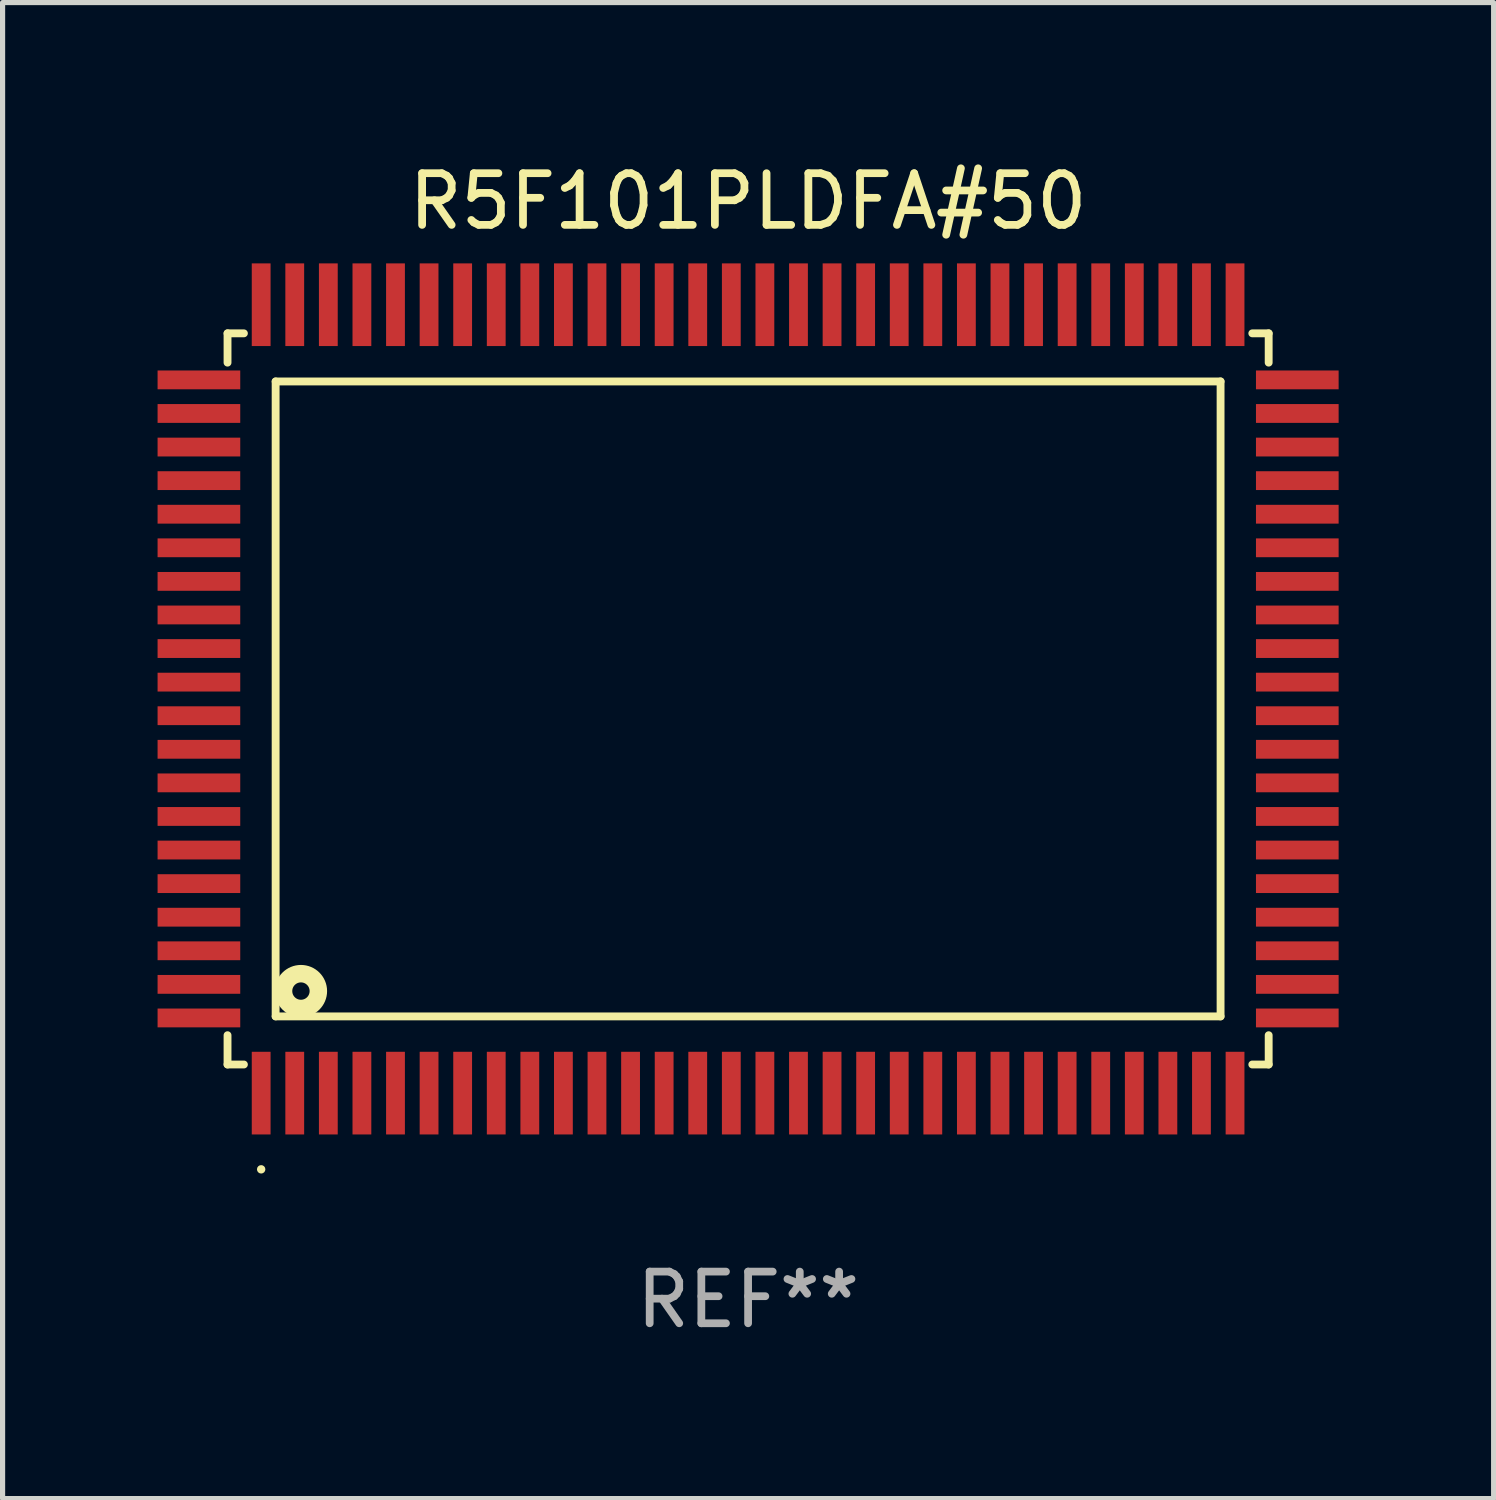
<source format=kicad_pcb>
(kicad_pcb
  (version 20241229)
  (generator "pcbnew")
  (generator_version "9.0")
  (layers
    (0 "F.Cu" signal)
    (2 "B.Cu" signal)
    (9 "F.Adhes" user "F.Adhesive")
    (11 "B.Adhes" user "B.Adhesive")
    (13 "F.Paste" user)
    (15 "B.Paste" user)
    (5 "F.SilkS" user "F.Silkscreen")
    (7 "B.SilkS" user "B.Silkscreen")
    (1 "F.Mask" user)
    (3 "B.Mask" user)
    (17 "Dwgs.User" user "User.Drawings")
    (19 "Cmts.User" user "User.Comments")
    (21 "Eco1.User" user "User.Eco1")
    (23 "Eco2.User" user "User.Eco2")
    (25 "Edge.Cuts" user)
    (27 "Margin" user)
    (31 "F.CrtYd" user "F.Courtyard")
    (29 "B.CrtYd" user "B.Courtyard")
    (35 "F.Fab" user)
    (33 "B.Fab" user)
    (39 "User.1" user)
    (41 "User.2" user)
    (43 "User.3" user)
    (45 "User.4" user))
  (footprint "R5F101PLDFA#50"
    (layer "F.Cu")
    (at 11.43 10.478)
    (property "Reference" "R5F101PLDFA#50" (at 0 -9.63 0) (layer "F.SilkS") (effects (font (size 1 1) (thickness 0.15))))
    (attr through_hole)
    (fp_line (start -10.076 -7.076) (end -10.076 -6.509) (stroke (width 0.152) (type solid)) (layer "F.SilkS"))
    (fp_line (start -10.076 7.076) (end -10.076 6.509) (stroke (width 0.152) (type solid)) (layer "F.SilkS"))
    (fp_line (start -9.759 -7.076) (end -10.076 -7.076) (stroke (width 0.152) (type solid)) (layer "F.SilkS"))
    (fp_line (start -9.759 7.076) (end -10.076 7.076) (stroke (width 0.152) (type solid)) (layer "F.SilkS"))
    (fp_line (start -9.145 -6.145) (end 9.145 -6.145) (stroke (width 0.152) (type solid)) (layer "F.SilkS"))
    (fp_line (start -9.145 6.145) (end -9.145 -6.145) (stroke (width 0.152) (type solid)) (layer "F.SilkS"))
    (fp_line (start 9.145 -6.145) (end 9.145 6.145) (stroke (width 0.152) (type solid)) (layer "F.SilkS"))
    (fp_line (start 9.145 6.145) (end -9.145 6.145) (stroke (width 0.152) (type solid)) (layer "F.SilkS"))
    (fp_line (start 9.759 -7.076) (end 10.076 -7.076) (stroke (width 0.152) (type solid)) (layer "F.SilkS"))
    (fp_line (start 9.759 7.076) (end 10.076 7.076) (stroke (width 0.152) (type solid)) (layer "F.SilkS"))
    (fp_line (start 10.076 -7.076) (end 10.076 -6.509) (stroke (width 0.152) (type solid)) (layer "F.SilkS"))
    (fp_line (start 10.076 7.076) (end 10.076 6.509) (stroke (width 0.152) (type solid)) (layer "F.SilkS"))
    (fp_circle (center -9.425 9.105) (end -9.384 9.105) (stroke (width 0.081) (type solid)) (fill no) (layer "F.SilkS"))
    (fp_circle (center -8.655 5.655) (end -8.487 5.655) (stroke (width 0.338) (type solid)) (fill no) (layer "F.SilkS"))
    (fp_text user "REF**" (at 0 11.63 0) (layer "F.Fab") (effects (font (size 1 1) (thickness 0.15))))
    (pad "1" smd rect (at -9.425 7.63) (size 0.364 1.6) (layers "F.Cu" "F.Mask" "F.Paste"))
    (pad "2" smd rect (at -8.775 7.63) (size 0.364 1.6) (layers "F.Cu" "F.Mask" "F.Paste"))
    (pad "3" smd rect (at -8.125 7.63) (size 0.364 1.6) (layers "F.Cu" "F.Mask" "F.Paste"))
    (pad "4" smd rect (at -7.475 7.63) (size 0.364 1.6) (layers "F.Cu" "F.Mask" "F.Paste"))
    (pad "5" smd rect (at -6.825 7.63) (size 0.364 1.6) (layers "F.Cu" "F.Mask" "F.Paste"))
    (pad "6" smd rect (at -6.175 7.63) (size 0.364 1.6) (layers "F.Cu" "F.Mask" "F.Paste"))
    (pad "7" smd rect (at -5.525 7.63) (size 0.364 1.6) (layers "F.Cu" "F.Mask" "F.Paste"))
    (pad "8" smd rect (at -4.875 7.63) (size 0.364 1.6) (layers "F.Cu" "F.Mask" "F.Paste"))
    (pad "9" smd rect (at -4.225 7.63) (size 0.364 1.6) (layers "F.Cu" "F.Mask" "F.Paste"))
    (pad "10" smd rect (at -3.575 7.63) (size 0.364 1.6) (layers "F.Cu" "F.Mask" "F.Paste"))
    (pad "11" smd rect (at -2.925 7.63) (size 0.364 1.6) (layers "F.Cu" "F.Mask" "F.Paste"))
    (pad "12" smd rect (at -2.275 7.63) (size 0.364 1.6) (layers "F.Cu" "F.Mask" "F.Paste"))
    (pad "13" smd rect (at -1.625 7.63) (size 0.364 1.6) (layers "F.Cu" "F.Mask" "F.Paste"))
    (pad "14" smd rect (at -0.975 7.63) (size 0.364 1.6) (layers "F.Cu" "F.Mask" "F.Paste"))
    (pad "15" smd rect (at -0.325 7.63) (size 0.364 1.6) (layers "F.Cu" "F.Mask" "F.Paste"))
    (pad "16" smd rect (at 0.325 7.63) (size 0.364 1.6) (layers "F.Cu" "F.Mask" "F.Paste"))
    (pad "17" smd rect (at 0.975 7.63) (size 0.364 1.6) (layers "F.Cu" "F.Mask" "F.Paste"))
    (pad "18" smd rect (at 1.625 7.63) (size 0.364 1.6) (layers "F.Cu" "F.Mask" "F.Paste"))
    (pad "19" smd rect (at 2.275 7.63) (size 0.364 1.6) (layers "F.Cu" "F.Mask" "F.Paste"))
    (pad "20" smd rect (at 2.925 7.63) (size 0.364 1.6) (layers "F.Cu" "F.Mask" "F.Paste"))
    (pad "21" smd rect (at 3.575 7.63) (size 0.364 1.6) (layers "F.Cu" "F.Mask" "F.Paste"))
    (pad "22" smd rect (at 4.225 7.63) (size 0.364 1.6) (layers "F.Cu" "F.Mask" "F.Paste"))
    (pad "23" smd rect (at 4.875 7.63) (size 0.364 1.6) (layers "F.Cu" "F.Mask" "F.Paste"))
    (pad "24" smd rect (at 5.525 7.63) (size 0.364 1.6) (layers "F.Cu" "F.Mask" "F.Paste"))
    (pad "25" smd rect (at 6.175 7.63) (size 0.364 1.6) (layers "F.Cu" "F.Mask" "F.Paste"))
    (pad "26" smd rect (at 6.825 7.63) (size 0.364 1.6) (layers "F.Cu" "F.Mask" "F.Paste"))
    (pad "27" smd rect (at 7.475 7.63) (size 0.364 1.6) (layers "F.Cu" "F.Mask" "F.Paste"))
    (pad "28" smd rect (at 8.125 7.63) (size 0.364 1.6) (layers "F.Cu" "F.Mask" "F.Paste"))
    (pad "29" smd rect (at 8.775 7.63) (size 0.364 1.6) (layers "F.Cu" "F.Mask" "F.Paste"))
    (pad "30" smd rect (at 9.425 7.63) (size 0.364 1.6) (layers "F.Cu" "F.Mask" "F.Paste"))
    (pad "31" smd rect (at 10.63 6.175) (size 1.6 0.364) (layers "F.Cu" "F.Mask" "F.Paste"))
    (pad "32" smd rect (at 10.63 5.525) (size 1.6 0.364) (layers "F.Cu" "F.Mask" "F.Paste"))
    (pad "33" smd rect (at 10.63 4.875) (size 1.6 0.364) (layers "F.Cu" "F.Mask" "F.Paste"))
    (pad "34" smd rect (at 10.63 4.225) (size 1.6 0.364) (layers "F.Cu" "F.Mask" "F.Paste"))
    (pad "35" smd rect (at 10.63 3.575) (size 1.6 0.364) (layers "F.Cu" "F.Mask" "F.Paste"))
    (pad "36" smd rect (at 10.63 2.925) (size 1.6 0.364) (layers "F.Cu" "F.Mask" "F.Paste"))
    (pad "37" smd rect (at 10.63 2.275) (size 1.6 0.364) (layers "F.Cu" "F.Mask" "F.Paste"))
    (pad "38" smd rect (at 10.63 1.625) (size 1.6 0.364) (layers "F.Cu" "F.Mask" "F.Paste"))
    (pad "39" smd rect (at 10.63 0.975) (size 1.6 0.364) (layers "F.Cu" "F.Mask" "F.Paste"))
    (pad "40" smd rect (at 10.63 0.325) (size 1.6 0.364) (layers "F.Cu" "F.Mask" "F.Paste"))
    (pad "41" smd rect (at 10.63 -0.325) (size 1.6 0.364) (layers "F.Cu" "F.Mask" "F.Paste"))
    (pad "42" smd rect (at 10.63 -0.975) (size 1.6 0.364) (layers "F.Cu" "F.Mask" "F.Paste"))
    (pad "43" smd rect (at 10.63 -1.625) (size 1.6 0.364) (layers "F.Cu" "F.Mask" "F.Paste"))
    (pad "44" smd rect (at 10.63 -2.275) (size 1.6 0.364) (layers "F.Cu" "F.Mask" "F.Paste"))
    (pad "45" smd rect (at 10.63 -2.925) (size 1.6 0.364) (layers "F.Cu" "F.Mask" "F.Paste"))
    (pad "46" smd rect (at 10.63 -3.575) (size 1.6 0.364) (layers "F.Cu" "F.Mask" "F.Paste"))
    (pad "47" smd rect (at 10.63 -4.225) (size 1.6 0.364) (layers "F.Cu" "F.Mask" "F.Paste"))
    (pad "48" smd rect (at 10.63 -4.875) (size 1.6 0.364) (layers "F.Cu" "F.Mask" "F.Paste"))
    (pad "49" smd rect (at 10.63 -5.525) (size 1.6 0.364) (layers "F.Cu" "F.Mask" "F.Paste"))
    (pad "50" smd rect (at 10.63 -6.175) (size 1.6 0.364) (layers "F.Cu" "F.Mask" "F.Paste"))
    (pad "51" smd rect (at 9.425 -7.63) (size 0.364 1.6) (layers "F.Cu" "F.Mask" "F.Paste"))
    (pad "52" smd rect (at 8.775 -7.63) (size 0.364 1.6) (layers "F.Cu" "F.Mask" "F.Paste"))
    (pad "53" smd rect (at 8.125 -7.63) (size 0.364 1.6) (layers "F.Cu" "F.Mask" "F.Paste"))
    (pad "54" smd rect (at 7.475 -7.63) (size 0.364 1.6) (layers "F.Cu" "F.Mask" "F.Paste"))
    (pad "55" smd rect (at 6.825 -7.63) (size 0.364 1.6) (layers "F.Cu" "F.Mask" "F.Paste"))
    (pad "56" smd rect (at 6.175 -7.63) (size 0.364 1.6) (layers "F.Cu" "F.Mask" "F.Paste"))
    (pad "57" smd rect (at 5.525 -7.63) (size 0.364 1.6) (layers "F.Cu" "F.Mask" "F.Paste"))
    (pad "58" smd rect (at 4.875 -7.63) (size 0.364 1.6) (layers "F.Cu" "F.Mask" "F.Paste"))
    (pad "59" smd rect (at 4.225 -7.63) (size 0.364 1.6) (layers "F.Cu" "F.Mask" "F.Paste"))
    (pad "60" smd rect (at 3.575 -7.63) (size 0.364 1.6) (layers "F.Cu" "F.Mask" "F.Paste"))
    (pad "61" smd rect (at 2.925 -7.63) (size 0.364 1.6) (layers "F.Cu" "F.Mask" "F.Paste"))
    (pad "62" smd rect (at 2.275 -7.63) (size 0.364 1.6) (layers "F.Cu" "F.Mask" "F.Paste"))
    (pad "63" smd rect (at 1.625 -7.63) (size 0.364 1.6) (layers "F.Cu" "F.Mask" "F.Paste"))
    (pad "64" smd rect (at 0.975 -7.63) (size 0.364 1.6) (layers "F.Cu" "F.Mask" "F.Paste"))
    (pad "65" smd rect (at 0.325 -7.63) (size 0.364 1.6) (layers "F.Cu" "F.Mask" "F.Paste"))
    (pad "66" smd rect (at -0.325 -7.63) (size 0.364 1.6) (layers "F.Cu" "F.Mask" "F.Paste"))
    (pad "67" smd rect (at -0.975 -7.63) (size 0.364 1.6) (layers "F.Cu" "F.Mask" "F.Paste"))
    (pad "68" smd rect (at -1.625 -7.63) (size 0.364 1.6) (layers "F.Cu" "F.Mask" "F.Paste"))
    (pad "69" smd rect (at -2.275 -7.63) (size 0.364 1.6) (layers "F.Cu" "F.Mask" "F.Paste"))
    (pad "70" smd rect (at -2.925 -7.63) (size 0.364 1.6) (layers "F.Cu" "F.Mask" "F.Paste"))
    (pad "71" smd rect (at -3.575 -7.63) (size 0.364 1.6) (layers "F.Cu" "F.Mask" "F.Paste"))
    (pad "72" smd rect (at -4.225 -7.63) (size 0.364 1.6) (layers "F.Cu" "F.Mask" "F.Paste"))
    (pad "73" smd rect (at -4.875 -7.63) (size 0.364 1.6) (layers "F.Cu" "F.Mask" "F.Paste"))
    (pad "74" smd rect (at -5.525 -7.63) (size 0.364 1.6) (layers "F.Cu" "F.Mask" "F.Paste"))
    (pad "75" smd rect (at -6.175 -7.63) (size 0.364 1.6) (layers "F.Cu" "F.Mask" "F.Paste"))
    (pad "76" smd rect (at -6.825 -7.63) (size 0.364 1.6) (layers "F.Cu" "F.Mask" "F.Paste"))
    (pad "77" smd rect (at -7.475 -7.63) (size 0.364 1.6) (layers "F.Cu" "F.Mask" "F.Paste"))
    (pad "78" smd rect (at -8.125 -7.63) (size 0.364 1.6) (layers "F.Cu" "F.Mask" "F.Paste"))
    (pad "79" smd rect (at -8.775 -7.63) (size 0.364 1.6) (layers "F.Cu" "F.Mask" "F.Paste"))
    (pad "80" smd rect (at -9.425 -7.63) (size 0.364 1.6) (layers "F.Cu" "F.Mask" "F.Paste"))
    (pad "81" smd rect (at -10.63 -6.175) (size 1.6 0.364) (layers "F.Cu" "F.Mask" "F.Paste"))
    (pad "82" smd rect (at -10.63 -5.525) (size 1.6 0.364) (layers "F.Cu" "F.Mask" "F.Paste"))
    (pad "83" smd rect (at -10.63 -4.875) (size 1.6 0.364) (layers "F.Cu" "F.Mask" "F.Paste"))
    (pad "84" smd rect (at -10.63 -4.225) (size 1.6 0.364) (layers "F.Cu" "F.Mask" "F.Paste"))
    (pad "85" smd rect (at -10.63 -3.575) (size 1.6 0.364) (layers "F.Cu" "F.Mask" "F.Paste"))
    (pad "86" smd rect (at -10.63 -2.925) (size 1.6 0.364) (layers "F.Cu" "F.Mask" "F.Paste"))
    (pad "87" smd rect (at -10.63 -2.275) (size 1.6 0.364) (layers "F.Cu" "F.Mask" "F.Paste"))
    (pad "88" smd rect (at -10.63 -1.625) (size 1.6 0.364) (layers "F.Cu" "F.Mask" "F.Paste"))
    (pad "89" smd rect (at -10.63 -0.975) (size 1.6 0.364) (layers "F.Cu" "F.Mask" "F.Paste"))
    (pad "90" smd rect (at -10.63 -0.325) (size 1.6 0.364) (layers "F.Cu" "F.Mask" "F.Paste"))
    (pad "91" smd rect (at -10.63 0.325) (size 1.6 0.364) (layers "F.Cu" "F.Mask" "F.Paste"))
    (pad "92" smd rect (at -10.63 0.975) (size 1.6 0.364) (layers "F.Cu" "F.Mask" "F.Paste"))
    (pad "93" smd rect (at -10.63 1.625) (size 1.6 0.364) (layers "F.Cu" "F.Mask" "F.Paste"))
    (pad "94" smd rect (at -10.63 2.275) (size 1.6 0.364) (layers "F.Cu" "F.Mask" "F.Paste"))
    (pad "95" smd rect (at -10.63 2.925) (size 1.6 0.364) (layers "F.Cu" "F.Mask" "F.Paste"))
    (pad "96" smd rect (at -10.63 3.575) (size 1.6 0.364) (layers "F.Cu" "F.Mask" "F.Paste"))
    (pad "97" smd rect (at -10.63 4.225) (size 1.6 0.364) (layers "F.Cu" "F.Mask" "F.Paste"))
    (pad "98" smd rect (at -10.63 4.875) (size 1.6 0.364) (layers "F.Cu" "F.Mask" "F.Paste"))
    (pad "99" smd rect (at -10.63 5.525) (size 1.6 0.364) (layers "F.Cu" "F.Mask" "F.Paste"))
    (pad "100" smd rect (at -10.63 6.175) (size 1.6 0.364) (layers "F.Cu" "F.Mask" "F.Paste")))
  (gr_rect
    (start -3 -3)
    (end 25.86 25.956)
    (stroke (width 0.1) (type default))
    (fill no)
    (layer "Edge.Cuts")))
</source>
